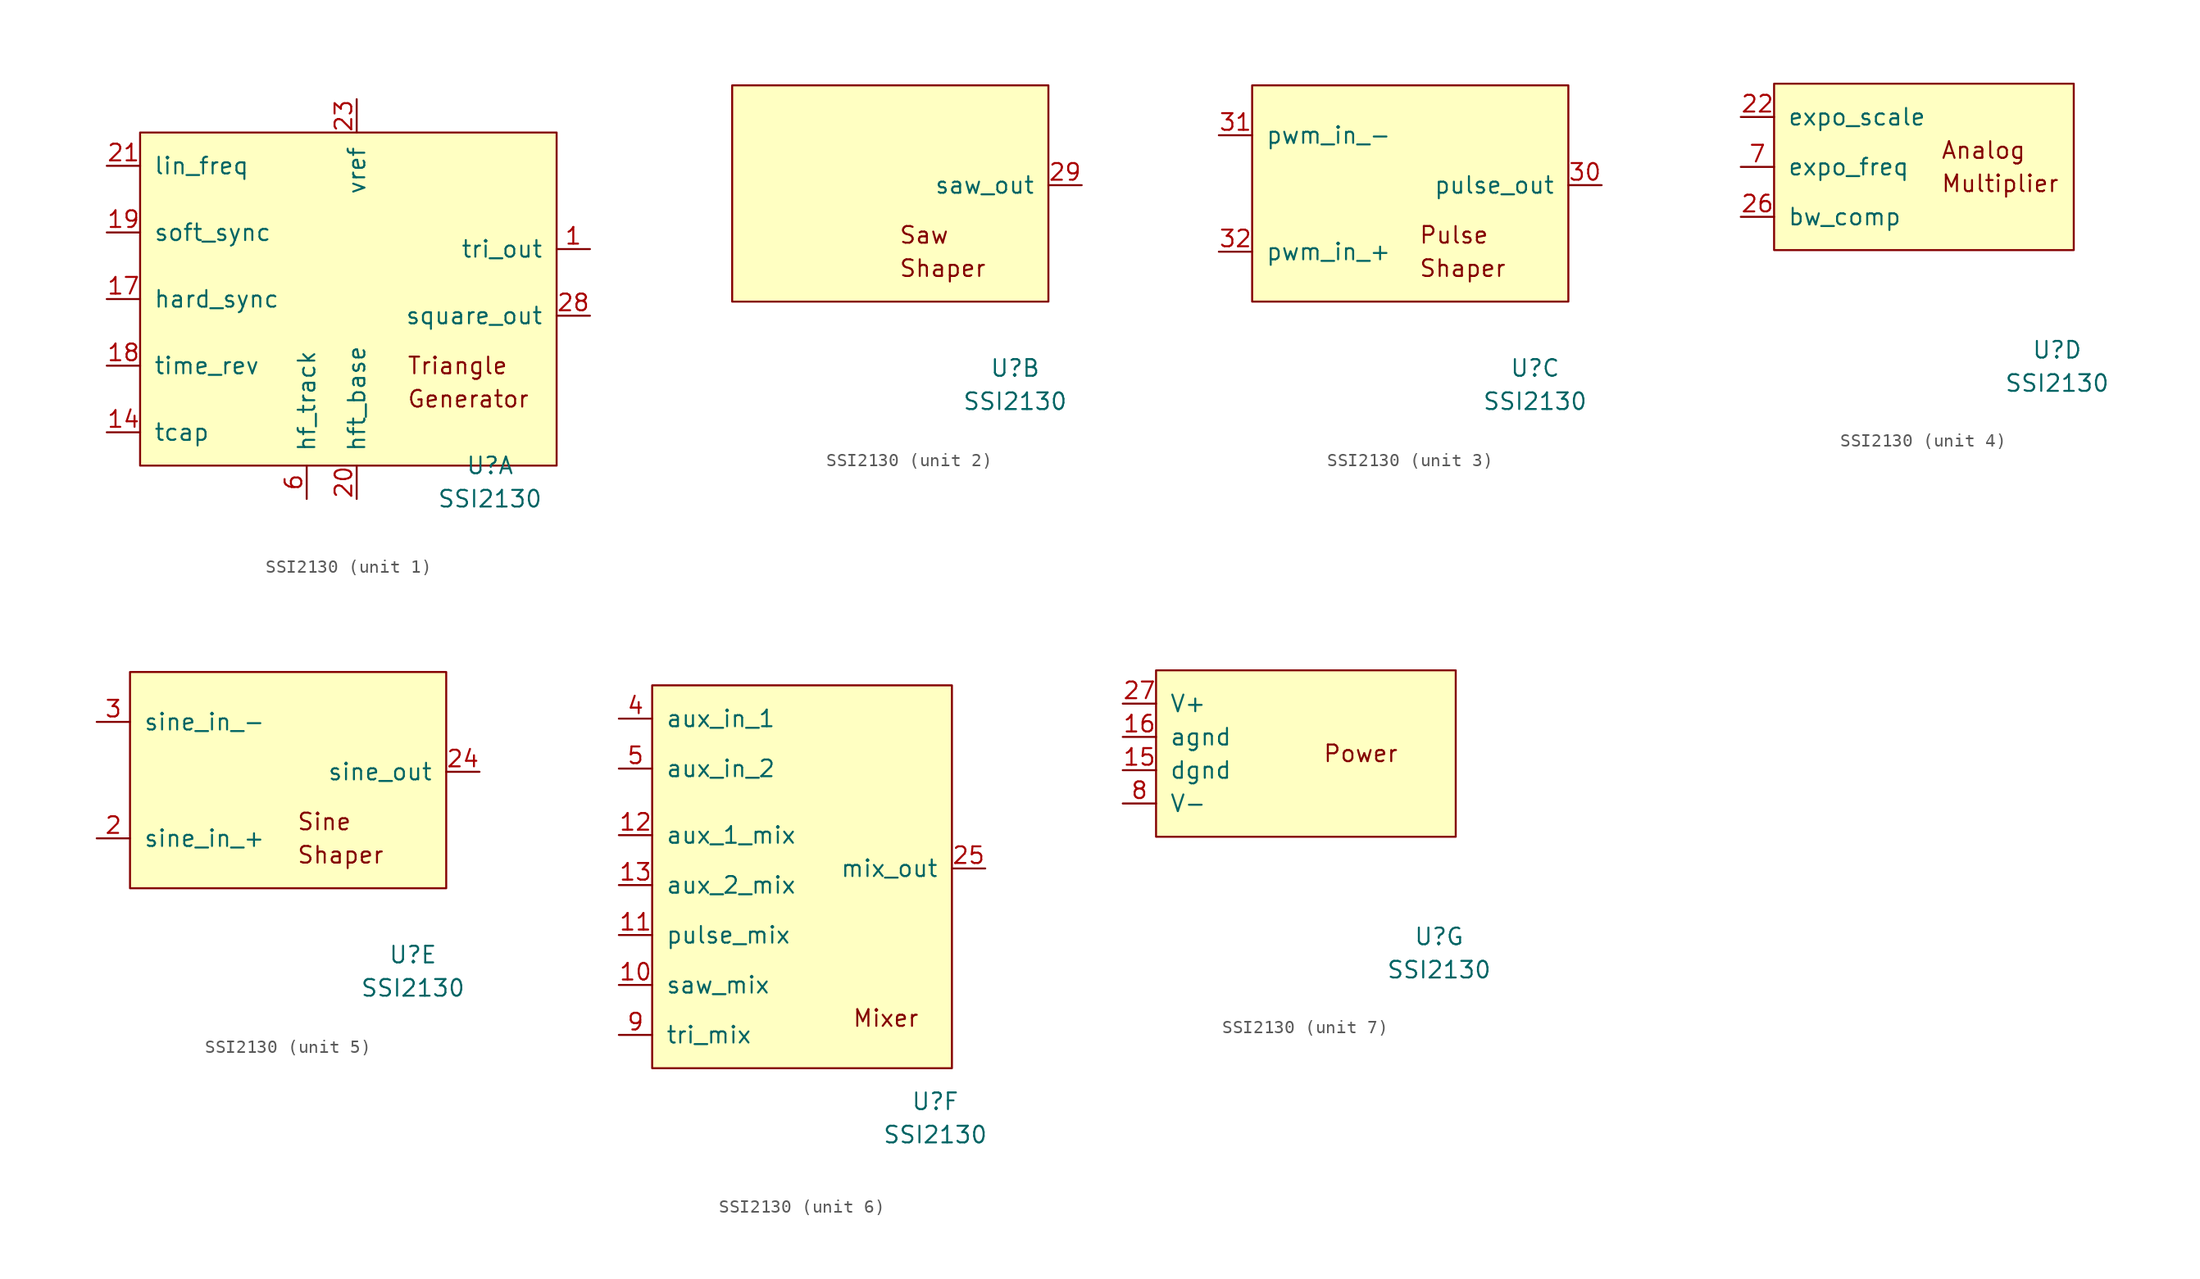
<source format=kicad_sym>
(kicad_symbol_lib
  (version 20211014)
  (generator kicad_symbol_editor)
  (symbol "SSI2130"
    (pin_names
      (offset 1.016))
    (property "Reference" "U"
      (at 10.16 -13.97 0)
      (effects (font (size 1.27 1.27))))
    (property "Value" "SSI2130"
      (at 10.16 -16.51 0)
      (effects (font (size 1.27 1.27))))
    (property "ki_locked" ""
      (at 0 0 0)
      (effects (font (size 1.27 1.27))))
    (symbol "SSI2130_1_0"
      (polyline (pts (xy -16.51 11.43) (xy -16.51 -13.97) (xy 15.24 -13.97) (xy 15.24 11.43) (xy 6.35 11.43) (xy -16.51 11.43)) (stroke (width 0) (type default) (color 0 0 0 0)) (fill (type background)))
      (text "Generator" (at 3.81 -8.89 0) (effects (font (size 1.27 1.27)) (justify left)))
      (text "Triangle" (at 3.81 -6.35 0) (effects (font (size 1.27 1.27)) (justify left))))
    (symbol "SSI2130_1_1"
      (pin output line (at 17.78 2.54 180) (length 2.54) (name "tri_out" (effects (font (size 1.27 1.27)))) (number "1" (effects (font (size 1.27 1.27)))))
      (pin input line (at -19.05 -11.43 0) (length 2.54) (name "tcap" (effects (font (size 1.27 1.27)))) (number "14" (effects (font (size 1.27 1.27)))))
      (pin input line (at -19.05 -1.27 0) (length 2.54) (name "hard_sync" (effects (font (size 1.27 1.27)))) (number "17" (effects (font (size 1.27 1.27)))))
      (pin input line (at -19.05 -6.35 0) (length 2.54) (name "time_rev" (effects (font (size 1.27 1.27)))) (number "18" (effects (font (size 1.27 1.27)))))
      (pin input line (at -19.05 3.81 0) (length 2.54) (name "soft_sync" (effects (font (size 1.27 1.27)))) (number "19" (effects (font (size 1.27 1.27)))))
      (pin input line (at 0 -16.51 90) (length 2.54) (name "hft_base" (effects (font (size 1.27 1.27)))) (number "20" (effects (font (size 1.27 1.27)))))
      (pin input line (at -19.05 8.89 0) (length 2.54) (name "lin_freq" (effects (font (size 1.27 1.27)))) (number "21" (effects (font (size 1.27 1.27)))))
      (pin input line (at 0 13.97 270) (length 2.54) (name "vref" (effects (font (size 1.27 1.27)))) (number "23" (effects (font (size 1.27 1.27)))))
      (pin output line (at 17.78 -2.54 180) (length 2.54) (name "square_out" (effects (font (size 1.27 1.27)))) (number "28" (effects (font (size 1.27 1.27)))))
      (pin input line (at -3.81 -16.51 90) (length 2.54) (name "hf_track" (effects (font (size 1.27 1.27)))) (number "6" (effects (font (size 1.27 1.27))))))
    (symbol "SSI2130_2_1"
      (polyline (pts (xy -11.43 0) (xy -11.43 7.62) (xy 12.7 7.62) (xy 12.7 -8.89) (xy -11.43 -8.89) (xy -11.43 0)) (stroke (width 0) (type default) (color 0 0 0 0)) (fill (type background)))
      (text "Saw" (at 1.27 -3.81 0) (effects (font (size 1.27 1.27)) (justify left)))
      (text "Shaper" (at 1.27 -6.35 0) (effects (font (size 1.27 1.27)) (justify left)))
      (pin output line (at 15.24 0 180) (length 2.54) (name "saw_out" (effects (font (size 1.27 1.27)))) (number "29" (effects (font (size 1.27 1.27))))))
    (symbol "SSI2130_3_1"
      (polyline (pts (xy 12.7 7.62) (xy -11.43 7.62) (xy -11.43 -8.89) (xy 12.7 -8.89) (xy 12.7 7.62)) (stroke (width 0) (type default) (color 0 0 0 0)) (fill (type background)))
      (text "Pulse" (at 1.27 -3.81 0) (effects (font (size 1.27 1.27)) (justify left)))
      (text "Shaper" (at 1.27 -6.35 0) (effects (font (size 1.27 1.27)) (justify left)))
      (pin output line (at 15.24 0 180) (length 2.54) (name "pulse_out" (effects (font (size 1.27 1.27)))) (number "30" (effects (font (size 1.27 1.27)))))
      (pin input line (at -13.97 3.81 0) (length 2.54) (name "pwm_in_-" (effects (font (size 1.27 1.27)))) (number "31" (effects (font (size 1.27 1.27)))))
      (pin input line (at -13.97 -5.08 0) (length 2.54) (name "pwm_in_+" (effects (font (size 1.27 1.27)))) (number "32" (effects (font (size 1.27 1.27))))))
    (symbol "SSI2130_4_1"
      (polyline (pts (xy -11.43 6.35) (xy -11.43 -6.35) (xy 11.43 -6.35) (xy 11.43 6.35) (xy -11.43 6.35)) (stroke (width 0) (type default) (color 0 0 0 0)) (fill (type background)))
      (text "Analog" (at 1.27 1.27 0) (effects (font (size 1.27 1.27)) (justify left)))
      (text "Multiplier" (at 1.27 -1.27 0) (effects (font (size 1.27 1.27)) (justify left)))
      (pin input line (at -13.97 3.81 0) (length 2.54) (name "expo_scale" (effects (font (size 1.27 1.27)))) (number "22" (effects (font (size 1.27 1.27)))))
      (pin input line (at -13.97 -3.81 0) (length 2.54) (name "bw_comp" (effects (font (size 1.27 1.27)))) (number "26" (effects (font (size 1.27 1.27)))))
      (pin input line (at -13.97 0 0) (length 2.54) (name "expo_freq" (effects (font (size 1.27 1.27)))) (number "7" (effects (font (size 1.27 1.27))))))
    (symbol "SSI2130_5_1"
      (polyline (pts (xy -11.43 7.62) (xy -11.43 -8.89) (xy 12.7 -8.89) (xy 12.7 7.62) (xy -11.43 7.62)) (stroke (width 0) (type default) (color 0 0 0 0)) (fill (type background)))
      (text "Shaper" (at 1.27 -6.35 0) (effects (font (size 1.27 1.27)) (justify left)))
      (text "Sine" (at 1.27 -3.81 0) (effects (font (size 1.27 1.27)) (justify left)))
      (pin input line (at -13.97 -5.08 0) (length 2.54) (name "sine_in_+" (effects (font (size 1.27 1.27)))) (number "2" (effects (font (size 1.27 1.27)))))
      (pin output line (at 15.24 0 180) (length 2.54) (name "sine_out" (effects (font (size 1.27 1.27)))) (number "24" (effects (font (size 1.27 1.27)))))
      (pin input line (at -13.97 3.81 0) (length 2.54) (name "sine_in_-" (effects (font (size 1.27 1.27)))) (number "3" (effects (font (size 1.27 1.27))))))
    (symbol "SSI2130_6_1"
      (polyline (pts (xy 11.43 -11.43) (xy -11.43 -11.43) (xy -11.43 10.16) (xy -11.43 17.78) (xy 11.43 17.78) (xy 11.43 -11.43)) (stroke (width 0) (type default) (color 0 0 0 0)) (fill (type background)))
      (text "Mixer" (at 3.81 -7.62 0) (effects (font (size 1.27 1.27)) (justify left)))
      (pin input line (at -13.97 -5.08 0) (length 2.54) (name "saw_mix" (effects (font (size 1.27 1.27)))) (number "10" (effects (font (size 1.27 1.27)))))
      (pin input line (at -13.97 -1.27 0) (length 2.54) (name "pulse_mix" (effects (font (size 1.27 1.27)))) (number "11" (effects (font (size 1.27 1.27)))))
      (pin input line (at -13.97 6.35 0) (length 2.54) (name "aux_1_mix" (effects (font (size 1.27 1.27)))) (number "12" (effects (font (size 1.27 1.27)))))
      (pin input line (at -13.97 2.54 0) (length 2.54) (name "aux_2_mix" (effects (font (size 1.27 1.27)))) (number "13" (effects (font (size 1.27 1.27)))))
      (pin output line (at 13.97 3.81 180) (length 2.54) (name "mix_out" (effects (font (size 1.27 1.27)))) (number "25" (effects (font (size 1.27 1.27)))))
      (pin input line (at -13.97 15.24 0) (length 2.54) (name "aux_in_1" (effects (font (size 1.27 1.27)))) (number "4" (effects (font (size 1.27 1.27)))))
      (pin input line (at -13.97 11.43 0) (length 2.54) (name "aux_in_2" (effects (font (size 1.27 1.27)))) (number "5" (effects (font (size 1.27 1.27)))))
      (pin input line (at -13.97 -8.89 0) (length 2.54) (name "tri_mix" (effects (font (size 1.27 1.27)))) (number "9" (effects (font (size 1.27 1.27))))))
    (symbol "SSI2130_7_1"
      (polyline (pts (xy -11.43 6.35) (xy -11.43 -6.35) (xy 11.43 -6.35) (xy 11.43 6.35) (xy -11.43 6.35)) (stroke (width 0) (type default) (color 0 0 0 0)) (fill (type background)))
      (text "Power" (at 1.27 0 0) (effects (font (size 1.27 1.27)) (justify left)))
      (pin power_in line (at -13.97 -1.27 0) (length 2.54) (name "dgnd" (effects (font (size 1.27 1.27)))) (number "15" (effects (font (size 1.27 1.27)))))
      (pin power_in line (at -13.97 1.27 0) (length 2.54) (name "agnd" (effects (font (size 1.27 1.27)))) (number "16" (effects (font (size 1.27 1.27)))))
      (pin power_in line (at -13.97 3.81 0) (length 2.54) (name "V+" (effects (font (size 1.27 1.27)))) (number "27" (effects (font (size 1.27 1.27)))))
      (pin power_in line (at -13.97 -3.81 0) (length 2.54) (name "V-" (effects (font (size 1.27 1.27)))) (number "8" (effects (font (size 1.27 1.27))))))))
</source>
